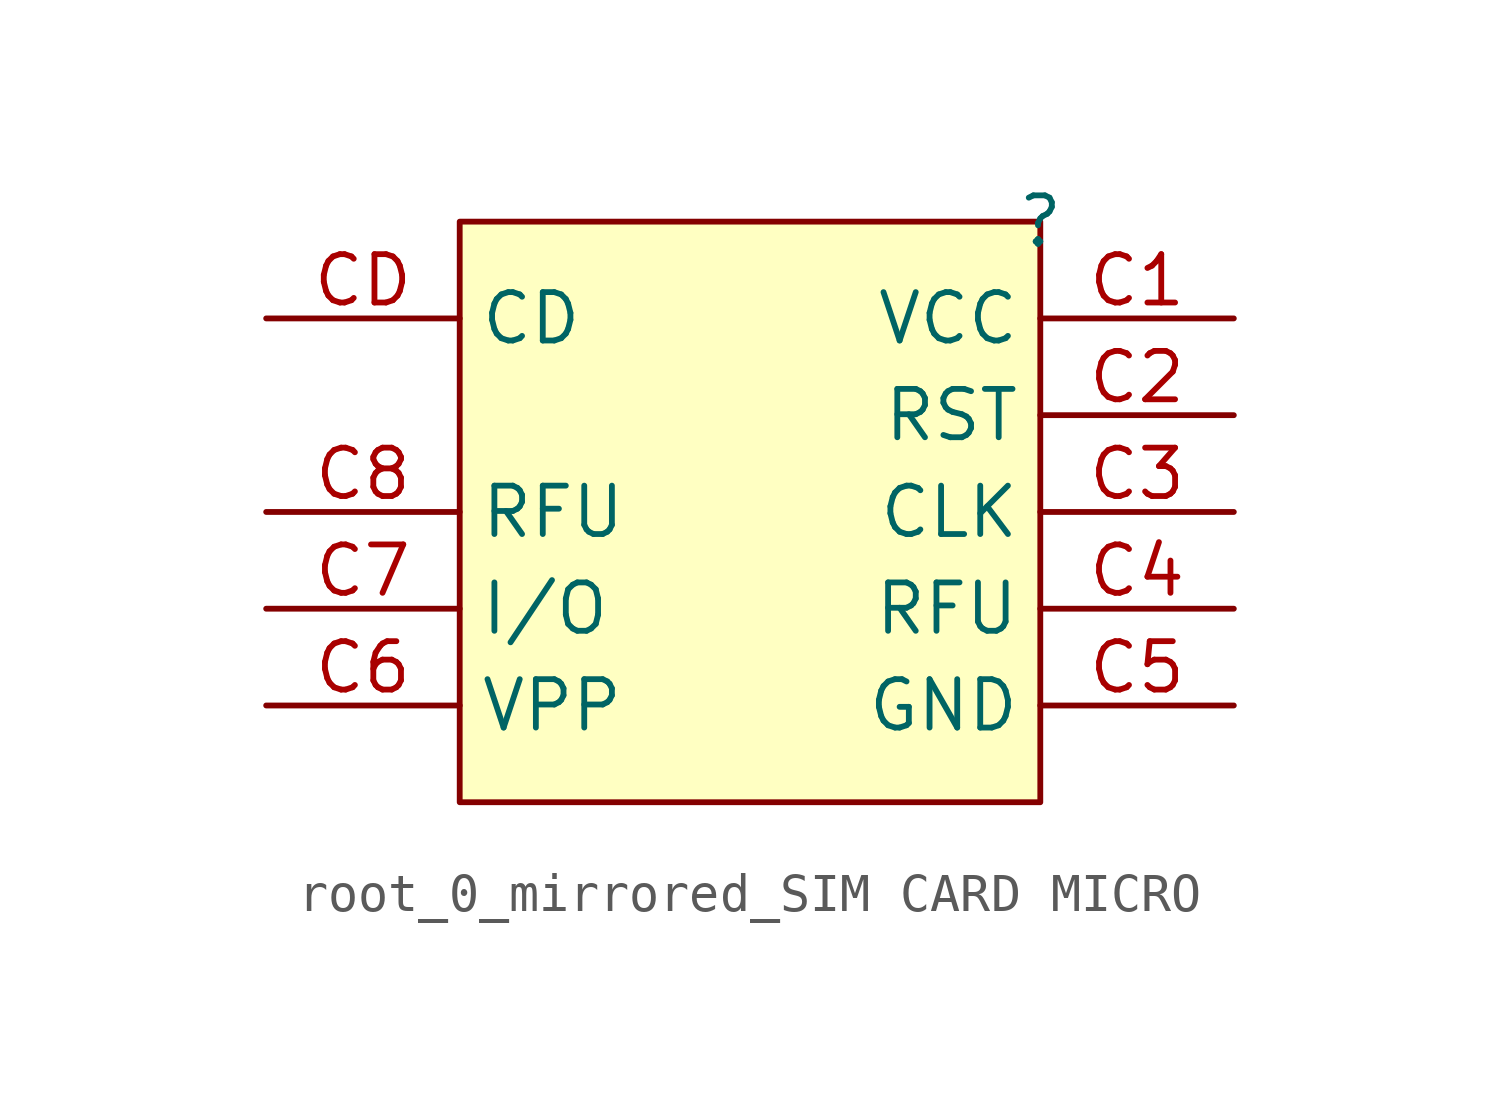
<source format=kicad_sym>
(kicad_symbol_lib
  (version 20220914)
  (generator kicad_symbol_editor)
  (symbol "root_0_mirrored_SIM CARD MICRO"
    (property "Reference" ""
      (at 0 0 0)
      (effects (font (size 1.27 1.27))))
    (property "Value" ""
      (at 0 0 0)
      (effects (font (size 1.27 1.27))))
    (symbol "root_0_mirrored_SIM CARD MICRO_1_0"
      (rectangle (start 0 0) (end -15.24 -15.24) (stroke (width 0) (type solid)) (fill (type background)))
      (pin passive line (at 5.08 -2.54 180) (length 5.08) (name "VCC" (effects (font (size 1.27 1.27)))) (number "C1" (effects (font (size 1.27 1.27)))))
      (pin passive line (at 5.08 -5.08 180) (length 5.08) (name "RST" (effects (font (size 1.27 1.27)))) (number "C2" (effects (font (size 1.27 1.27)))))
      (pin passive line (at 5.08 -7.62 180) (length 5.08) (name "CLK" (effects (font (size 1.27 1.27)))) (number "C3" (effects (font (size 1.27 1.27)))))
      (pin passive line (at 5.08 -10.16 180) (length 5.08) (name "RFU" (effects (font (size 1.27 1.27)))) (number "C4" (effects (font (size 1.27 1.27)))))
      (pin passive line (at 5.08 -12.7 180) (length 5.08) (name "GND" (effects (font (size 1.27 1.27)))) (number "C5" (effects (font (size 1.27 1.27)))))
      (pin passive line (at -20.32 -12.7 0) (length 5.08) (name "VPP" (effects (font (size 1.27 1.27)))) (number "C6" (effects (font (size 1.27 1.27)))))
      (pin passive line (at -20.32 -10.16 0) (length 5.08) (name "I/O" (effects (font (size 1.27 1.27)))) (number "C7" (effects (font (size 1.27 1.27)))))
      (pin passive line (at -20.32 -7.62 0) (length 5.08) (name "RFU" (effects (font (size 1.27 1.27)))) (number "C8" (effects (font (size 1.27 1.27)))))
      (pin passive line (at -20.32 -2.54 0) (length 5.08) (name "CD" (effects (font (size 1.27 1.27)))) (number "CD" (effects (font (size 1.27 1.27))))))))
</source>
